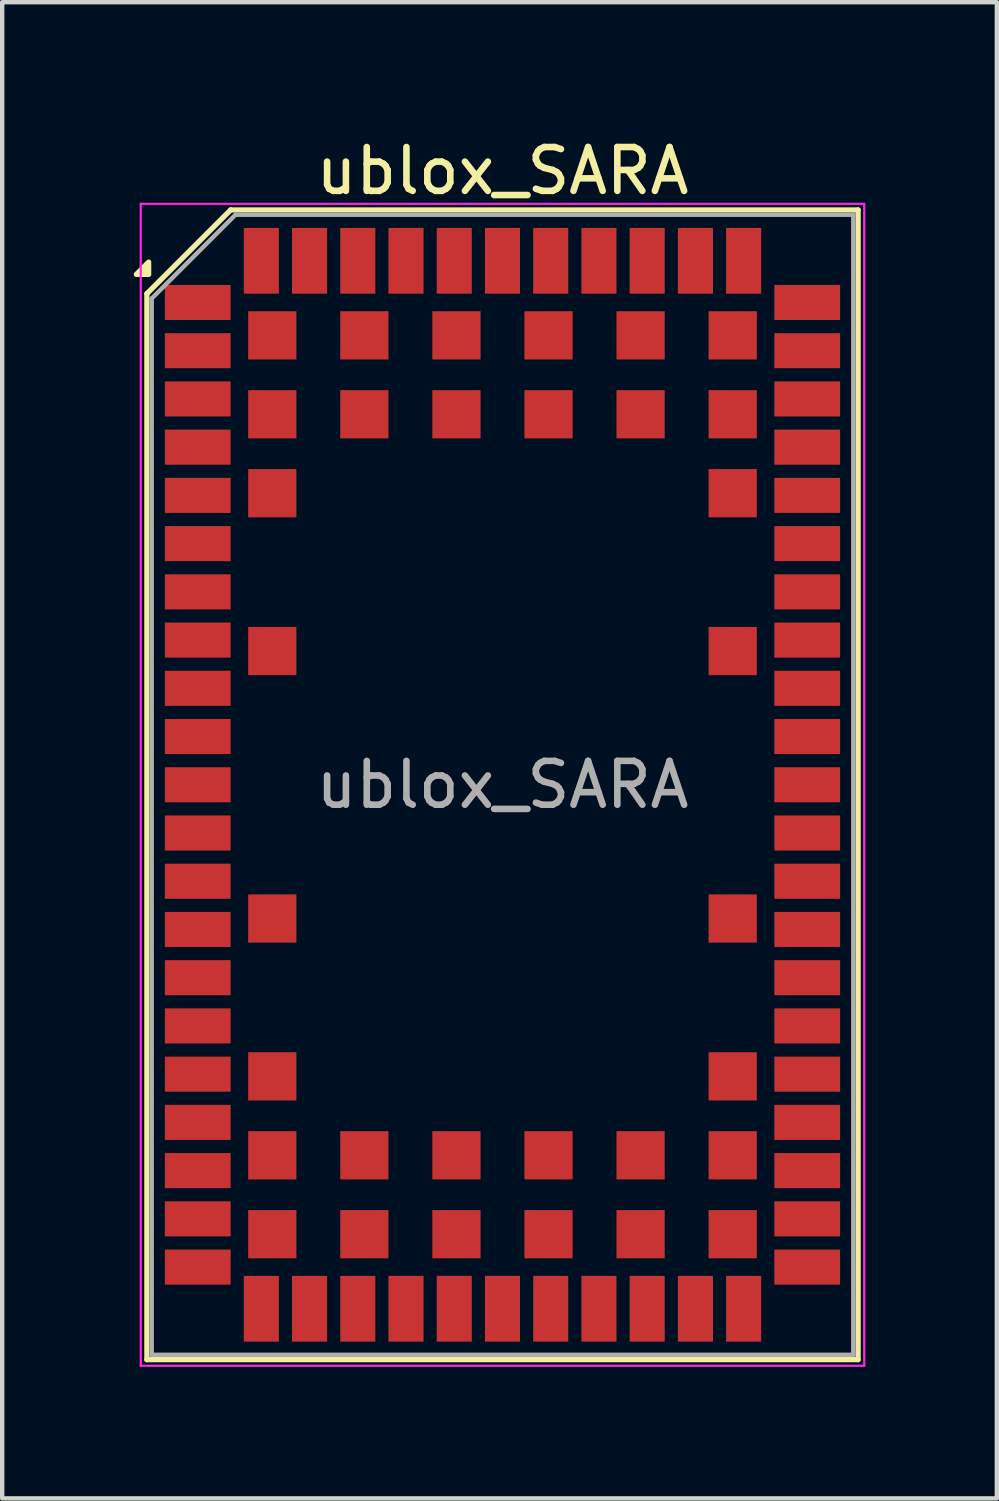
<source format=kicad_pcb>
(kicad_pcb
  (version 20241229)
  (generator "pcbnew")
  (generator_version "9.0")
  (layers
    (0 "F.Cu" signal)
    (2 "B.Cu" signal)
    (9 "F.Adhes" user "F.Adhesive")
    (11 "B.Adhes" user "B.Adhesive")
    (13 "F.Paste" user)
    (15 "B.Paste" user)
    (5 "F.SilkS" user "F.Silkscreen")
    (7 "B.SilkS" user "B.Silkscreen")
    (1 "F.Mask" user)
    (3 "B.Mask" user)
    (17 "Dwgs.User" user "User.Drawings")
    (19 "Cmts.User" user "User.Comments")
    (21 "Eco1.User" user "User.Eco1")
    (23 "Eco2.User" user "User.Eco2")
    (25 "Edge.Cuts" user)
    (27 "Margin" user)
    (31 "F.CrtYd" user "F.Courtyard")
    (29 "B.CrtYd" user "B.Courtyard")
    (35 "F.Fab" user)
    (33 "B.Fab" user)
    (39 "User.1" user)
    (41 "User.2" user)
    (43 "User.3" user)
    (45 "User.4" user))
  (footprint "ublox_SARA"
    (layer "F.Cu")
    (at 8.41 14.848)
    (property "Reference" "ublox_SARA" (at 0 -14 0) (layer "F.SilkS") (effects (font (size 1 1) (thickness 0.15))))
    (attr smd)
    (fp_line (start -8.11 -11.2) (end -8.11 13.11) (stroke (width 0.12) (type solid)) (layer "F.SilkS"))
    (fp_line (start -6.2 -13.11) (end -8.11 -11.2) (stroke (width 0.12) (type solid)) (layer "F.SilkS"))
    (fp_line (start 8.11 -13.11) (end -6.2 -13.11) (stroke (width 0.12) (type solid)) (layer "F.SilkS"))
    (fp_line (start 8.11 -13.11) (end 8.11 13.11) (stroke (width 0.12) (type solid)) (layer "F.SilkS"))
    (fp_line (start 8.11 13.11) (end -8.11 13.11) (stroke (width 0.12) (type solid)) (layer "F.SilkS"))
    (fp_poly (pts (xy -8.07 -11.64) (xy -8.35 -11.64) (xy -8.07 -11.92) (xy -8.07 -11.64)) (stroke (width 0.12) (type solid)) (fill yes) (layer "F.SilkS"))
    (fp_line (start -8.25 -13.25) (end -8.25 13.25) (stroke (width 0.05) (type solid)) (layer "F.CrtYd"))
    (fp_line (start 8.25 -13.25) (end -8.25 -13.25) (stroke (width 0.05) (type solid)) (layer "F.CrtYd"))
    (fp_line (start 8.25 -13.25) (end 8.25 13.25) (stroke (width 0.05) (type solid)) (layer "F.CrtYd"))
    (fp_line (start 8.25 13.25) (end -8.25 13.25) (stroke (width 0.05) (type solid)) (layer "F.CrtYd"))
    (fp_line (start -8 -11.09) (end -8 13) (stroke (width 0.1) (type solid)) (layer "F.Fab"))
    (fp_line (start -6.09 -13) (end -8 -11.09) (stroke (width 0.1) (type solid)) (layer "F.Fab"))
    (fp_line (start 8 -13) (end -6.09 -13) (stroke (width 0.1) (type solid)) (layer "F.Fab"))
    (fp_line (start 8 -13) (end 8 13) (stroke (width 0.1) (type solid)) (layer "F.Fab"))
    (fp_line (start 8 13) (end -8 13) (stroke (width 0.1) (type solid)) (layer "F.Fab"))
    (fp_text user "${REFERENCE}" (at 0 0 0) (layer "F.Fab") (effects (font (size 1 1) (thickness 0.15))))
    (pad "" smd rect (at -7 -11 270) (size 0.75 1.55) (layers "F.Paste"))
    (pad "" smd rect (at -7 -9.9 270) (size 0.75 1.55) (layers "F.Paste"))
    (pad "" smd rect (at -7 -8.8 270) (size 0.75 1.55) (layers "F.Paste"))
    (pad "" smd rect (at -7 -7.7 270) (size 0.75 1.55) (layers "F.Paste"))
    (pad "" smd rect (at -7 -6.6 270) (size 0.75 1.55) (layers "F.Paste"))
    (pad "" smd rect (at -7 -5.5 270) (size 0.75 1.55) (layers "F.Paste"))
    (pad "" smd rect (at -7 -4.4 270) (size 0.75 1.55) (layers "F.Paste"))
    (pad "" smd rect (at -7 -3.3 270) (size 0.75 1.55) (layers "F.Paste"))
    (pad "" smd rect (at -7 -2.2 270) (size 0.75 1.55) (layers "F.Paste"))
    (pad "" smd rect (at -7 -1.1 270) (size 0.75 1.55) (layers "F.Paste"))
    (pad "" smd rect (at -7 0 270) (size 0.75 1.55) (layers "F.Paste"))
    (pad "" smd rect (at -7 1.1 270) (size 0.75 1.55) (layers "F.Paste"))
    (pad "" smd rect (at -7 2.2 270) (size 0.75 1.55) (layers "F.Paste"))
    (pad "" smd rect (at -7 3.3 270) (size 0.75 1.55) (layers "F.Paste"))
    (pad "" smd rect (at -7 4.4 270) (size 0.75 1.55) (layers "F.Paste"))
    (pad "" smd rect (at -7 5.5 270) (size 0.75 1.55) (layers "F.Paste"))
    (pad "" smd rect (at -7 6.6 270) (size 0.75 1.55) (layers "F.Paste"))
    (pad "" smd rect (at -7 7.7 270) (size 0.75 1.55) (layers "F.Paste"))
    (pad "" smd rect (at -7 8.8 270) (size 0.75 1.55) (layers "F.Paste"))
    (pad "" smd rect (at -7 9.9 270) (size 0.75 1.55) (layers "F.Paste"))
    (pad "" smd rect (at -7 11 270) (size 0.75 1.55) (layers "F.Paste"))
    (pad "" smd rect (at -5.5 -12) (size 0.75 1.55) (layers "F.Paste"))
    (pad "" smd rect (at -5.5 12) (size 0.75 1.55) (layers "F.Paste"))
    (pad "" smd rect (at -5.25 -10.25 180) (size 1.05 1.05) (layers "F.Paste"))
    (pad "" smd rect (at -5.25 -8.45 180) (size 1.05 1.05) (layers "F.Paste"))
    (pad "" smd rect (at -5.25 -6.65 180) (size 1.05 1.05) (layers "F.Paste"))
    (pad "" smd rect (at -5.25 -3.05 180) (size 1.05 1.05) (layers "F.Paste"))
    (pad "" smd rect (at -5.25 3.05 180) (size 1.05 1.05) (layers "F.Paste"))
    (pad "" smd rect (at -5.25 6.65 180) (size 1.05 1.05) (layers "F.Paste"))
    (pad "" smd rect (at -5.25 8.45 180) (size 1.05 1.05) (layers "F.Paste"))
    (pad "" smd rect (at -5.25 10.25 180) (size 1.05 1.05) (layers "F.Paste"))
    (pad "" smd rect (at -4.4 -12) (size 0.75 1.55) (layers "F.Paste"))
    (pad "" smd rect (at -4.4 12) (size 0.75 1.55) (layers "F.Paste"))
    (pad "" smd rect (at -3.3 -12) (size 0.75 1.55) (layers "F.Paste"))
    (pad "" smd rect (at -3.3 12) (size 0.75 1.55) (layers "F.Paste"))
    (pad "" smd rect (at -3.15 -10.25 180) (size 1.05 1.05) (layers "F.Paste"))
    (pad "" smd rect (at -3.15 -8.45 180) (size 1.05 1.05) (layers "F.Paste"))
    (pad "" smd rect (at -3.15 8.45 180) (size 1.05 1.05) (layers "F.Paste"))
    (pad "" smd rect (at -3.15 10.25 180) (size 1.05 1.05) (layers "F.Paste"))
    (pad "" smd rect (at -2.2 -12) (size 0.75 1.55) (layers "F.Paste"))
    (pad "" smd rect (at -2.2 12) (size 0.75 1.55) (layers "F.Paste"))
    (pad "" smd rect (at -1.1 -12) (size 0.75 1.55) (layers "F.Paste"))
    (pad "" smd rect (at -1.1 12) (size 0.75 1.55) (layers "F.Paste"))
    (pad "" smd rect (at -1.05 -10.25 180) (size 1.05 1.05) (layers "F.Paste"))
    (pad "" smd rect (at -1.05 -8.45 180) (size 1.05 1.05) (layers "F.Paste"))
    (pad "" smd rect (at -1.05 8.45 180) (size 1.05 1.05) (layers "F.Paste"))
    (pad "" smd rect (at -1.05 10.25 180) (size 1.05 1.05) (layers "F.Paste"))
    (pad "" smd rect (at 0 -12) (size 0.75 1.55) (layers "F.Paste"))
    (pad "" smd rect (at 0 12) (size 0.75 1.55) (layers "F.Paste"))
    (pad "" smd rect (at 1.05 -10.25 180) (size 1.05 1.05) (layers "F.Paste"))
    (pad "" smd rect (at 1.05 -8.45 180) (size 1.05 1.05) (layers "F.Paste"))
    (pad "" smd rect (at 1.05 8.45 180) (size 1.05 1.05) (layers "F.Paste"))
    (pad "" smd rect (at 1.05 10.25 180) (size 1.05 1.05) (layers "F.Paste"))
    (pad "" smd rect (at 1.1 -12) (size 0.75 1.55) (layers "F.Paste"))
    (pad "" smd rect (at 1.1 12) (size 0.75 1.55) (layers "F.Paste"))
    (pad "" smd rect (at 2.2 -12) (size 0.75 1.55) (layers "F.Paste"))
    (pad "" smd rect (at 2.2 12) (size 0.75 1.55) (layers "F.Paste"))
    (pad "" smd rect (at 3.15 -10.25 180) (size 1.05 1.05) (layers "F.Paste"))
    (pad "" smd rect (at 3.15 -8.45 180) (size 1.05 1.05) (layers "F.Paste"))
    (pad "" smd rect (at 3.15 8.45 180) (size 1.05 1.05) (layers "F.Paste"))
    (pad "" smd rect (at 3.15 10.25 180) (size 1.05 1.05) (layers "F.Paste"))
    (pad "" smd rect (at 3.3 -12) (size 0.75 1.55) (layers "F.Paste"))
    (pad "" smd rect (at 3.3 12) (size 0.75 1.55) (layers "F.Paste"))
    (pad "" smd rect (at 4.4 -12) (size 0.75 1.55) (layers "F.Paste"))
    (pad "" smd rect (at 4.4 12) (size 0.75 1.55) (layers "F.Paste"))
    (pad "" smd rect (at 5.25 -10.25 180) (size 1.05 1.05) (layers "F.Paste"))
    (pad "" smd rect (at 5.25 -8.45 180) (size 1.05 1.05) (layers "F.Paste"))
    (pad "" smd rect (at 5.25 -6.65 180) (size 1.05 1.05) (layers "F.Paste"))
    (pad "" smd rect (at 5.25 -3.05 180) (size 1.05 1.05) (layers "F.Paste"))
    (pad "" smd rect (at 5.25 3.05 180) (size 1.05 1.05) (layers "F.Paste"))
    (pad "" smd rect (at 5.25 6.65 180) (size 1.05 1.05) (layers "F.Paste"))
    (pad "" smd rect (at 5.25 8.45 180) (size 1.05 1.05) (layers "F.Paste"))
    (pad "" smd rect (at 5.25 10.25 180) (size 1.05 1.05) (layers "F.Paste"))
    (pad "" smd rect (at 5.5 -12) (size 0.75 1.55) (layers "F.Paste"))
    (pad "" smd rect (at 5.5 12) (size 0.75 1.55) (layers "F.Paste"))
    (pad "" smd rect (at 7 -11 270) (size 0.75 1.55) (layers "F.Paste"))
    (pad "" smd rect (at 7 -9.9 270) (size 0.75 1.55) (layers "F.Paste"))
    (pad "" smd rect (at 7 -8.8 270) (size 0.75 1.55) (layers "F.Paste"))
    (pad "" smd rect (at 7 -7.7 270) (size 0.75 1.55) (layers "F.Paste"))
    (pad "" smd rect (at 7 -6.6 270) (size 0.75 1.55) (layers "F.Paste"))
    (pad "" smd rect (at 7 -5.5 270) (size 0.75 1.55) (layers "F.Paste"))
    (pad "" smd rect (at 7 -4.4 270) (size 0.75 1.55) (layers "F.Paste"))
    (pad "" smd rect (at 7 -3.3 270) (size 0.75 1.55) (layers "F.Paste"))
    (pad "" smd rect (at 7 -2.2 270) (size 0.75 1.55) (layers "F.Paste"))
    (pad "" smd rect (at 7 -1.1 270) (size 0.75 1.55) (layers "F.Paste"))
    (pad "" smd rect (at 7 0 270) (size 0.75 1.55) (layers "F.Paste"))
    (pad "" smd rect (at 7 1.1 270) (size 0.75 1.55) (layers "F.Paste"))
    (pad "" smd rect (at 7 2.2 270) (size 0.75 1.55) (layers "F.Paste"))
    (pad "" smd rect (at 7 3.3 270) (size 0.75 1.55) (layers "F.Paste"))
    (pad "" smd rect (at 7 4.4 270) (size 0.75 1.55) (layers "F.Paste"))
    (pad "" smd rect (at 7 5.5 270) (size 0.75 1.55) (layers "F.Paste"))
    (pad "" smd rect (at 7 6.6 270) (size 0.75 1.55) (layers "F.Paste"))
    (pad "" smd rect (at 7 7.7 270) (size 0.75 1.55) (layers "F.Paste"))
    (pad "" smd rect (at 7 8.8 270) (size 0.75 1.55) (layers "F.Paste"))
    (pad "" smd rect (at 7 9.9 270) (size 0.75 1.55) (layers "F.Paste"))
    (pad "" smd rect (at 7 11 270) (size 0.75 1.55) (layers "F.Paste"))
    (pad "1" smd rect (at -6.95 -11 270) (size 0.8 1.5) (layers "F.Cu" "F.Mask"))
    (pad "2" smd rect (at -6.95 -9.9 270) (size 0.8 1.5) (layers "F.Cu" "F.Mask"))
    (pad "3" smd rect (at -6.95 -8.8 270) (size 0.8 1.5) (layers "F.Cu" "F.Mask"))
    (pad "4" smd rect (at -6.95 -7.7 270) (size 0.8 1.5) (layers "F.Cu" "F.Mask"))
    (pad "5" smd rect (at -6.95 -6.6 270) (size 0.8 1.5) (layers "F.Cu" "F.Mask"))
    (pad "6" smd rect (at -6.95 -5.5 270) (size 0.8 1.5) (layers "F.Cu" "F.Mask"))
    (pad "7" smd rect (at -6.95 -4.4 270) (size 0.8 1.5) (layers "F.Cu" "F.Mask"))
    (pad "8" smd rect (at -6.95 -3.3 270) (size 0.8 1.5) (layers "F.Cu" "F.Mask"))
    (pad "9" smd rect (at -6.95 -2.2 270) (size 0.8 1.5) (layers "F.Cu" "F.Mask"))
    (pad "10" smd rect (at -6.95 -1.1 270) (size 0.8 1.5) (layers "F.Cu" "F.Mask"))
    (pad "11" smd rect (at -6.95 0 270) (size 0.8 1.5) (layers "F.Cu" "F.Mask"))
    (pad "12" smd rect (at -6.95 1.1 270) (size 0.8 1.5) (layers "F.Cu" "F.Mask"))
    (pad "13" smd rect (at -6.95 2.2 270) (size 0.8 1.5) (layers "F.Cu" "F.Mask"))
    (pad "14" smd rect (at -6.95 3.3 270) (size 0.8 1.5) (layers "F.Cu" "F.Mask"))
    (pad "15" smd rect (at -6.95 4.4 270) (size 0.8 1.5) (layers "F.Cu" "F.Mask"))
    (pad "16" smd rect (at -6.95 5.5 270) (size 0.8 1.5) (layers "F.Cu" "F.Mask"))
    (pad "17" smd rect (at -6.95 6.6 270) (size 0.8 1.5) (layers "F.Cu" "F.Mask"))
    (pad "18" smd rect (at -6.95 7.7 270) (size 0.8 1.5) (layers "F.Cu" "F.Mask"))
    (pad "19" smd rect (at -6.95 8.8 270) (size 0.8 1.5) (layers "F.Cu" "F.Mask"))
    (pad "20" smd rect (at -6.95 9.9 270) (size 0.8 1.5) (layers "F.Cu" "F.Mask"))
    (pad "21" smd rect (at -6.95 11 270) (size 0.8 1.5) (layers "F.Cu" "F.Mask"))
    (pad "22" smd rect (at -5.5 11.95) (size 0.8 1.5) (layers "F.Cu" "F.Mask"))
    (pad "23" smd rect (at -4.4 11.95) (size 0.8 1.5) (layers "F.Cu" "F.Mask"))
    (pad "24" smd rect (at -3.3 11.95) (size 0.8 1.5) (layers "F.Cu" "F.Mask"))
    (pad "25" smd rect (at -2.2 11.95) (size 0.8 1.5) (layers "F.Cu" "F.Mask"))
    (pad "26" smd rect (at -1.1 11.95) (size 0.8 1.5) (layers "F.Cu" "F.Mask"))
    (pad "27" smd rect (at 0 11.95) (size 0.8 1.5) (layers "F.Cu" "F.Mask"))
    (pad "28" smd rect (at 1.1 11.95) (size 0.8 1.5) (layers "F.Cu" "F.Mask"))
    (pad "29" smd rect (at 2.2 11.95) (size 0.8 1.5) (layers "F.Cu" "F.Mask"))
    (pad "30" smd rect (at 3.3 11.95) (size 0.8 1.5) (layers "F.Cu" "F.Mask"))
    (pad "31" smd rect (at 4.4 11.95) (size 0.8 1.5) (layers "F.Cu" "F.Mask"))
    (pad "32" smd rect (at 5.5 11.95) (size 0.8 1.5) (layers "F.Cu" "F.Mask"))
    (pad "33" smd rect (at 6.95 11 90) (size 0.8 1.5) (layers "F.Cu" "F.Mask"))
    (pad "34" smd rect (at 6.95 9.9 90) (size 0.8 1.5) (layers "F.Cu" "F.Mask"))
    (pad "35" smd rect (at 6.95 8.8 90) (size 0.8 1.5) (layers "F.Cu" "F.Mask"))
    (pad "36" smd rect (at 6.95 7.7 90) (size 0.8 1.5) (layers "F.Cu" "F.Mask"))
    (pad "37" smd rect (at 6.95 6.6 90) (size 0.8 1.5) (layers "F.Cu" "F.Mask"))
    (pad "38" smd rect (at 6.95 5.5 90) (size 0.8 1.5) (layers "F.Cu" "F.Mask"))
    (pad "39" smd rect (at 6.95 4.4 90) (size 0.8 1.5) (layers "F.Cu" "F.Mask"))
    (pad "40" smd rect (at 6.95 3.3 90) (size 0.8 1.5) (layers "F.Cu" "F.Mask"))
    (pad "41" smd rect (at 6.95 2.2 90) (size 0.8 1.5) (layers "F.Cu" "F.Mask"))
    (pad "42" smd rect (at 6.95 1.1 90) (size 0.8 1.5) (layers "F.Cu" "F.Mask"))
    (pad "43" smd rect (at 6.95 0 90) (size 0.8 1.5) (layers "F.Cu" "F.Mask"))
    (pad "44" smd rect (at 6.95 -1.1 90) (size 0.8 1.5) (layers "F.Cu" "F.Mask"))
    (pad "45" smd rect (at 6.95 -2.2 90) (size 0.8 1.5) (layers "F.Cu" "F.Mask"))
    (pad "46" smd rect (at 6.95 -3.3 90) (size 0.8 1.5) (layers "F.Cu" "F.Mask"))
    (pad "47" smd rect (at 6.95 -4.4 90) (size 0.8 1.5) (layers "F.Cu" "F.Mask"))
    (pad "48" smd rect (at 6.95 -5.5 90) (size 0.8 1.5) (layers "F.Cu" "F.Mask"))
    (pad "49" smd rect (at 6.95 -6.6 90) (size 0.8 1.5) (layers "F.Cu" "F.Mask"))
    (pad "50" smd rect (at 6.95 -7.7 90) (size 0.8 1.5) (layers "F.Cu" "F.Mask"))
    (pad "51" smd rect (at 6.95 -8.8 90) (size 0.8 1.5) (layers "F.Cu" "F.Mask"))
    (pad "52" smd rect (at 6.95 -9.9 90) (size 0.8 1.5) (layers "F.Cu" "F.Mask"))
    (pad "53" smd rect (at 6.95 -11 90) (size 0.8 1.5) (layers "F.Cu" "F.Mask"))
    (pad "54" smd rect (at 5.5 -11.95 180) (size 0.8 1.5) (layers "F.Cu" "F.Mask"))
    (pad "55" smd rect (at 4.4 -11.95 180) (size 0.8 1.5) (layers "F.Cu" "F.Mask"))
    (pad "56" smd rect (at 3.3 -11.95 180) (size 0.8 1.5) (layers "F.Cu" "F.Mask"))
    (pad "57" smd rect (at 2.2 -11.95 180) (size 0.8 1.5) (layers "F.Cu" "F.Mask"))
    (pad "58" smd rect (at 1.1 -11.95 180) (size 0.8 1.5) (layers "F.Cu" "F.Mask"))
    (pad "59" smd rect (at 0 -11.95 180) (size 0.8 1.5) (layers "F.Cu" "F.Mask"))
    (pad "60" smd rect (at -1.1 -11.95 180) (size 0.8 1.5) (layers "F.Cu" "F.Mask"))
    (pad "61" smd rect (at -2.2 -11.95 180) (size 0.8 1.5) (layers "F.Cu" "F.Mask"))
    (pad "62" smd rect (at -3.3 -11.95 180) (size 0.8 1.5) (layers "F.Cu" "F.Mask"))
    (pad "63" smd rect (at -4.4 -11.95 180) (size 0.8 1.5) (layers "F.Cu" "F.Mask"))
    (pad "64" smd rect (at -5.5 -11.95 180) (size 0.8 1.5) (layers "F.Cu" "F.Mask"))
    (pad "65" smd rect (at -5.25 -10.25 180) (size 1.1 1.1) (layers "F.Cu" "F.Mask"))
    (pad "66" smd rect (at -3.15 -10.25 180) (size 1.1 1.1) (layers "F.Cu" "F.Mask"))
    (pad "67" smd rect (at -1.05 -10.25 180) (size 1.1 1.1) (layers "F.Cu" "F.Mask"))
    (pad "68" smd rect (at 1.05 -10.25 180) (size 1.1 1.1) (layers "F.Cu" "F.Mask"))
    (pad "69" smd rect (at 3.15 -10.25 180) (size 1.1 1.1) (layers "F.Cu" "F.Mask"))
    (pad "70" smd rect (at 5.25 -10.25 180) (size 1.1 1.1) (layers "F.Cu" "F.Mask"))
    (pad "71" smd rect (at -5.25 -8.45 180) (size 1.1 1.1) (layers "F.Cu" "F.Mask"))
    (pad "72" smd rect (at -3.15 -8.45 180) (size 1.1 1.1) (layers "F.Cu" "F.Mask"))
    (pad "73" smd rect (at -1.05 -8.45 180) (size 1.1 1.1) (layers "F.Cu" "F.Mask"))
    (pad "74" smd rect (at 1.05 -8.45 180) (size 1.1 1.1) (layers "F.Cu" "F.Mask"))
    (pad "75" smd rect (at 3.15 -8.45 180) (size 1.1 1.1) (layers "F.Cu" "F.Mask"))
    (pad "76" smd rect (at 5.25 -8.45 180) (size 1.1 1.1) (layers "F.Cu" "F.Mask"))
    (pad "77" smd rect (at -5.25 -6.65 180) (size 1.1 1.1) (layers "F.Cu" "F.Mask"))
    (pad "78" smd rect (at 5.25 -6.65 180) (size 1.1 1.1) (layers "F.Cu" "F.Mask"))
    (pad "79" smd rect (at -5.25 -3.05 180) (size 1.1 1.1) (layers "F.Cu" "F.Mask"))
    (pad "80" smd rect (at 5.25 -3.05 180) (size 1.1 1.1) (layers "F.Cu" "F.Mask"))
    (pad "81" smd rect (at -5.25 3.05 180) (size 1.1 1.1) (layers "F.Cu" "F.Mask"))
    (pad "82" smd rect (at 5.25 3.05 180) (size 1.1 1.1) (layers "F.Cu" "F.Mask"))
    (pad "83" smd rect (at -5.25 6.65 180) (size 1.1 1.1) (layers "F.Cu" "F.Mask"))
    (pad "84" smd rect (at 5.25 6.65 180) (size 1.1 1.1) (layers "F.Cu" "F.Mask"))
    (pad "85" smd rect (at -5.25 8.45 180) (size 1.1 1.1) (layers "F.Cu" "F.Mask"))
    (pad "86" smd rect (at -3.15 8.45 180) (size 1.1 1.1) (layers "F.Cu" "F.Mask"))
    (pad "87" smd rect (at -1.05 8.45 180) (size 1.1 1.1) (layers "F.Cu" "F.Mask"))
    (pad "88" smd rect (at 1.05 8.45 180) (size 1.1 1.1) (layers "F.Cu" "F.Mask"))
    (pad "89" smd rect (at 3.15 8.45 180) (size 1.1 1.1) (layers "F.Cu" "F.Mask"))
    (pad "90" smd rect (at 5.25 8.45 180) (size 1.1 1.1) (layers "F.Cu" "F.Mask"))
    (pad "91" smd rect (at -5.25 10.25 180) (size 1.1 1.1) (layers "F.Cu" "F.Mask"))
    (pad "92" smd rect (at -3.15 10.25 180) (size 1.1 1.1) (layers "F.Cu" "F.Mask"))
    (pad "93" smd rect (at -1.05 10.25 270) (size 1.1 1.1) (layers "F.Cu" "F.Mask"))
    (pad "94" smd rect (at 1.05 10.25 180) (size 1.1 1.1) (layers "F.Cu" "F.Mask"))
    (pad "95" smd rect (at 3.15 10.25 180) (size 1.1 1.1) (layers "F.Cu" "F.Mask"))
    (pad "96" smd rect (at 5.25 10.25 270) (size 1.1 1.1) (layers "F.Cu" "F.Mask")))
  (gr_rect
    (start -3 -3)
    (end 19.685 31.123)
    (stroke (width 0.1) (type default))
    (fill no)
    (layer "Edge.Cuts")))
</source>
